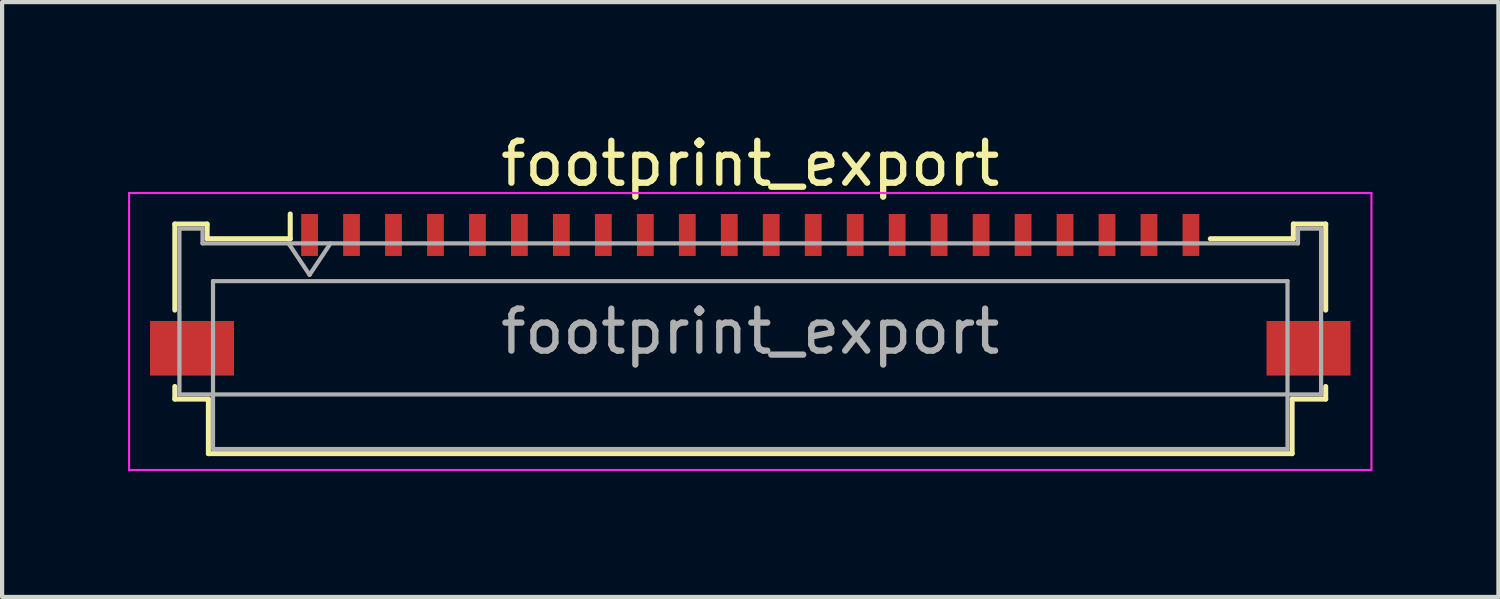
<source format=kicad_pcb>
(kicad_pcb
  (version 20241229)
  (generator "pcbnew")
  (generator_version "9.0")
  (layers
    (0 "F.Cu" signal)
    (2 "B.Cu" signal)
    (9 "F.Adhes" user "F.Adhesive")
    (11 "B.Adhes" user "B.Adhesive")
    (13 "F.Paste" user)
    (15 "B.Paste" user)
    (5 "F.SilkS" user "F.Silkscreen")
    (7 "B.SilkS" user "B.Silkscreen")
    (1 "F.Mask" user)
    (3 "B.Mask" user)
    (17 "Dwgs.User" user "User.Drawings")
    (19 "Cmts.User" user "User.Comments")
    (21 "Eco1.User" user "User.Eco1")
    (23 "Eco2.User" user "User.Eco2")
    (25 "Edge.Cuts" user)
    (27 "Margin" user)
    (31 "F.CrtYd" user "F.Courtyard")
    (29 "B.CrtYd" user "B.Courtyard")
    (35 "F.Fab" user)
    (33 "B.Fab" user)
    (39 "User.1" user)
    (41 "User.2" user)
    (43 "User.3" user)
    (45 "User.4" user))
  (footprint "footprint_export"
    (layer "F.Cu")
    (at 14.825 3.458)
    (property "Reference" "footprint_export" (at 0 -2.61 0) (layer "F.SilkS") (effects (font (size 1 1) (thickness 0.15))))
    (attr smd)
    (fp_line (start -13.71 -1.17) (end -13.71 0.88) (stroke (width 0.12) (type solid)) (layer "F.SilkS"))
    (fp_line (start -13.71 2.7) (end -13.71 3) (stroke (width 0.12) (type solid)) (layer "F.SilkS"))
    (fp_line (start -13.71 3) (end -12.91 3) (stroke (width 0.12) (type solid)) (layer "F.SilkS"))
    (fp_line (start -12.94 -1.17) (end -13.71 -1.17) (stroke (width 0.12) (type solid)) (layer "F.SilkS"))
    (fp_line (start -12.94 -0.82) (end -12.94 -1.17) (stroke (width 0.12) (type solid)) (layer "F.SilkS"))
    (fp_line (start -12.91 3) (end -12.91 4.3) (stroke (width 0.12) (type solid)) (layer "F.SilkS"))
    (fp_line (start -12.91 4.3) (end 12.91 4.3) (stroke (width 0.12) (type solid)) (layer "F.SilkS"))
    (fp_line (start -10.96 -1.41) (end -10.96 -0.82) (stroke (width 0.12) (type solid)) (layer "F.SilkS"))
    (fp_line (start -10.96 -0.82) (end -12.94 -0.82) (stroke (width 0.12) (type solid)) (layer "F.SilkS"))
    (fp_line (start 12.91 3) (end 13.71 3) (stroke (width 0.12) (type solid)) (layer "F.SilkS"))
    (fp_line (start 12.91 4.3) (end 12.91 3) (stroke (width 0.12) (type solid)) (layer "F.SilkS"))
    (fp_line (start 12.94 -1.17) (end 12.94 -0.82) (stroke (width 0.12) (type solid)) (layer "F.SilkS"))
    (fp_line (start 12.94 -0.82) (end 10.96 -0.82) (stroke (width 0.12) (type solid)) (layer "F.SilkS"))
    (fp_line (start 13.71 -1.17) (end 12.94 -1.17) (stroke (width 0.12) (type solid)) (layer "F.SilkS"))
    (fp_line (start 13.71 0.88) (end 13.71 -1.17) (stroke (width 0.12) (type solid)) (layer "F.SilkS"))
    (fp_line (start 13.71 3) (end 13.71 2.7) (stroke (width 0.12) (type solid)) (layer "F.SilkS"))
    (fp_line (start -14.8 -1.91) (end -14.8 4.69) (stroke (width 0.05) (type solid)) (layer "F.CrtYd"))
    (fp_line (start -14.8 4.69) (end 14.8 4.69) (stroke (width 0.05) (type solid)) (layer "F.CrtYd"))
    (fp_line (start 14.8 -1.91) (end -14.8 -1.91) (stroke (width 0.05) (type solid)) (layer "F.CrtYd"))
    (fp_line (start 14.8 4.69) (end 14.8 -1.91) (stroke (width 0.05) (type solid)) (layer "F.CrtYd"))
    (fp_line (start -13.6 -1.06) (end -13.6 2.89) (stroke (width 0.1) (type solid)) (layer "F.Fab"))
    (fp_line (start -13.6 2.89) (end 13.6 2.89) (stroke (width 0.1) (type solid)) (layer "F.Fab"))
    (fp_line (start -13.05 -1.06) (end -13.6 -1.06) (stroke (width 0.1) (type solid)) (layer "F.Fab"))
    (fp_line (start -13.05 -0.71) (end -13.05 -1.06) (stroke (width 0.1) (type solid)) (layer "F.Fab"))
    (fp_line (start -12.8 0.19) (end -12.8 4.19) (stroke (width 0.1) (type solid)) (layer "F.Fab"))
    (fp_line (start -12.8 4.19) (end 12.8 4.19) (stroke (width 0.1) (type solid)) (layer "F.Fab"))
    (fp_line (start -11 -0.71) (end -10.5 0.04) (stroke (width 0.1) (type solid)) (layer "F.Fab"))
    (fp_line (start -10.5 0.04) (end -10 -0.71) (stroke (width 0.1) (type solid)) (layer "F.Fab"))
    (fp_line (start 12.8 0.19) (end -12.8 0.19) (stroke (width 0.1) (type solid)) (layer "F.Fab"))
    (fp_line (start 12.8 4.19) (end 12.8 0.19) (stroke (width 0.1) (type solid)) (layer "F.Fab"))
    (fp_line (start 13.05 -1.06) (end 13.05 -0.71) (stroke (width 0.1) (type solid)) (layer "F.Fab"))
    (fp_line (start 13.05 -0.71) (end -13.05 -0.71) (stroke (width 0.1) (type solid)) (layer "F.Fab"))
    (fp_line (start 13.6 -1.06) (end 13.05 -1.06) (stroke (width 0.1) (type solid)) (layer "F.Fab"))
    (fp_line (start 13.6 2.89) (end 13.6 -1.06) (stroke (width 0.1) (type solid)) (layer "F.Fab"))
    (fp_text user "${REFERENCE}" (at 0 1.39 0) (layer "F.Fab") (effects (font (size 1 1) (thickness 0.15))))
    (pad "1" smd rect (at -10.5 -0.91) (size 0.4 1) (layers "F.Cu" "F.Mask" "F.Paste"))
    (pad "2" smd rect (at -9.5 -0.91) (size 0.4 1) (layers "F.Cu" "F.Mask" "F.Paste"))
    (pad "3" smd rect (at -8.5 -0.91) (size 0.4 1) (layers "F.Cu" "F.Mask" "F.Paste"))
    (pad "4" smd rect (at -7.5 -0.91) (size 0.4 1) (layers "F.Cu" "F.Mask" "F.Paste"))
    (pad "5" smd rect (at -6.5 -0.91) (size 0.4 1) (layers "F.Cu" "F.Mask" "F.Paste"))
    (pad "6" smd rect (at -5.5 -0.91) (size 0.4 1) (layers "F.Cu" "F.Mask" "F.Paste"))
    (pad "7" smd rect (at -4.5 -0.91) (size 0.4 1) (layers "F.Cu" "F.Mask" "F.Paste"))
    (pad "8" smd rect (at -3.5 -0.91) (size 0.4 1) (layers "F.Cu" "F.Mask" "F.Paste"))
    (pad "9" smd rect (at -2.5 -0.91) (size 0.4 1) (layers "F.Cu" "F.Mask" "F.Paste"))
    (pad "10" smd rect (at -1.5 -0.91) (size 0.4 1) (layers "F.Cu" "F.Mask" "F.Paste"))
    (pad "11" smd rect (at -0.5 -0.91) (size 0.4 1) (layers "F.Cu" "F.Mask" "F.Paste"))
    (pad "12" smd rect (at 0.5 -0.91) (size 0.4 1) (layers "F.Cu" "F.Mask" "F.Paste"))
    (pad "13" smd rect (at 1.5 -0.91) (size 0.4 1) (layers "F.Cu" "F.Mask" "F.Paste"))
    (pad "14" smd rect (at 2.5 -0.91) (size 0.4 1) (layers "F.Cu" "F.Mask" "F.Paste"))
    (pad "15" smd rect (at 3.5 -0.91) (size 0.4 1) (layers "F.Cu" "F.Mask" "F.Paste"))
    (pad "16" smd rect (at 4.5 -0.91) (size 0.4 1) (layers "F.Cu" "F.Mask" "F.Paste"))
    (pad "17" smd rect (at 5.5 -0.91) (size 0.4 1) (layers "F.Cu" "F.Mask" "F.Paste"))
    (pad "18" smd rect (at 6.5 -0.91) (size 0.4 1) (layers "F.Cu" "F.Mask" "F.Paste"))
    (pad "19" smd rect (at 7.5 -0.91) (size 0.4 1) (layers "F.Cu" "F.Mask" "F.Paste"))
    (pad "20" smd rect (at 8.5 -0.91) (size 0.4 1) (layers "F.Cu" "F.Mask" "F.Paste"))
    (pad "21" smd rect (at 9.5 -0.91) (size 0.4 1) (layers "F.Cu" "F.Mask" "F.Paste"))
    (pad "22" smd rect (at 10.5 -0.91) (size 0.4 1) (layers "F.Cu" "F.Mask" "F.Paste"))
    (pad "MP" smd rect (at -13.3 1.79) (size 2 1.3) (layers "F.Cu" "F.Mask" "F.Paste"))
    (pad "MP" smd rect (at 13.3 1.79) (size 2 1.3) (layers "F.Cu" "F.Mask" "F.Paste")))
  (gr_rect
    (start -3 -3)
    (end 32.65 11.173)
    (stroke (width 0.1) (type default))
    (fill no)
    (layer "Edge.Cuts")))
</source>
